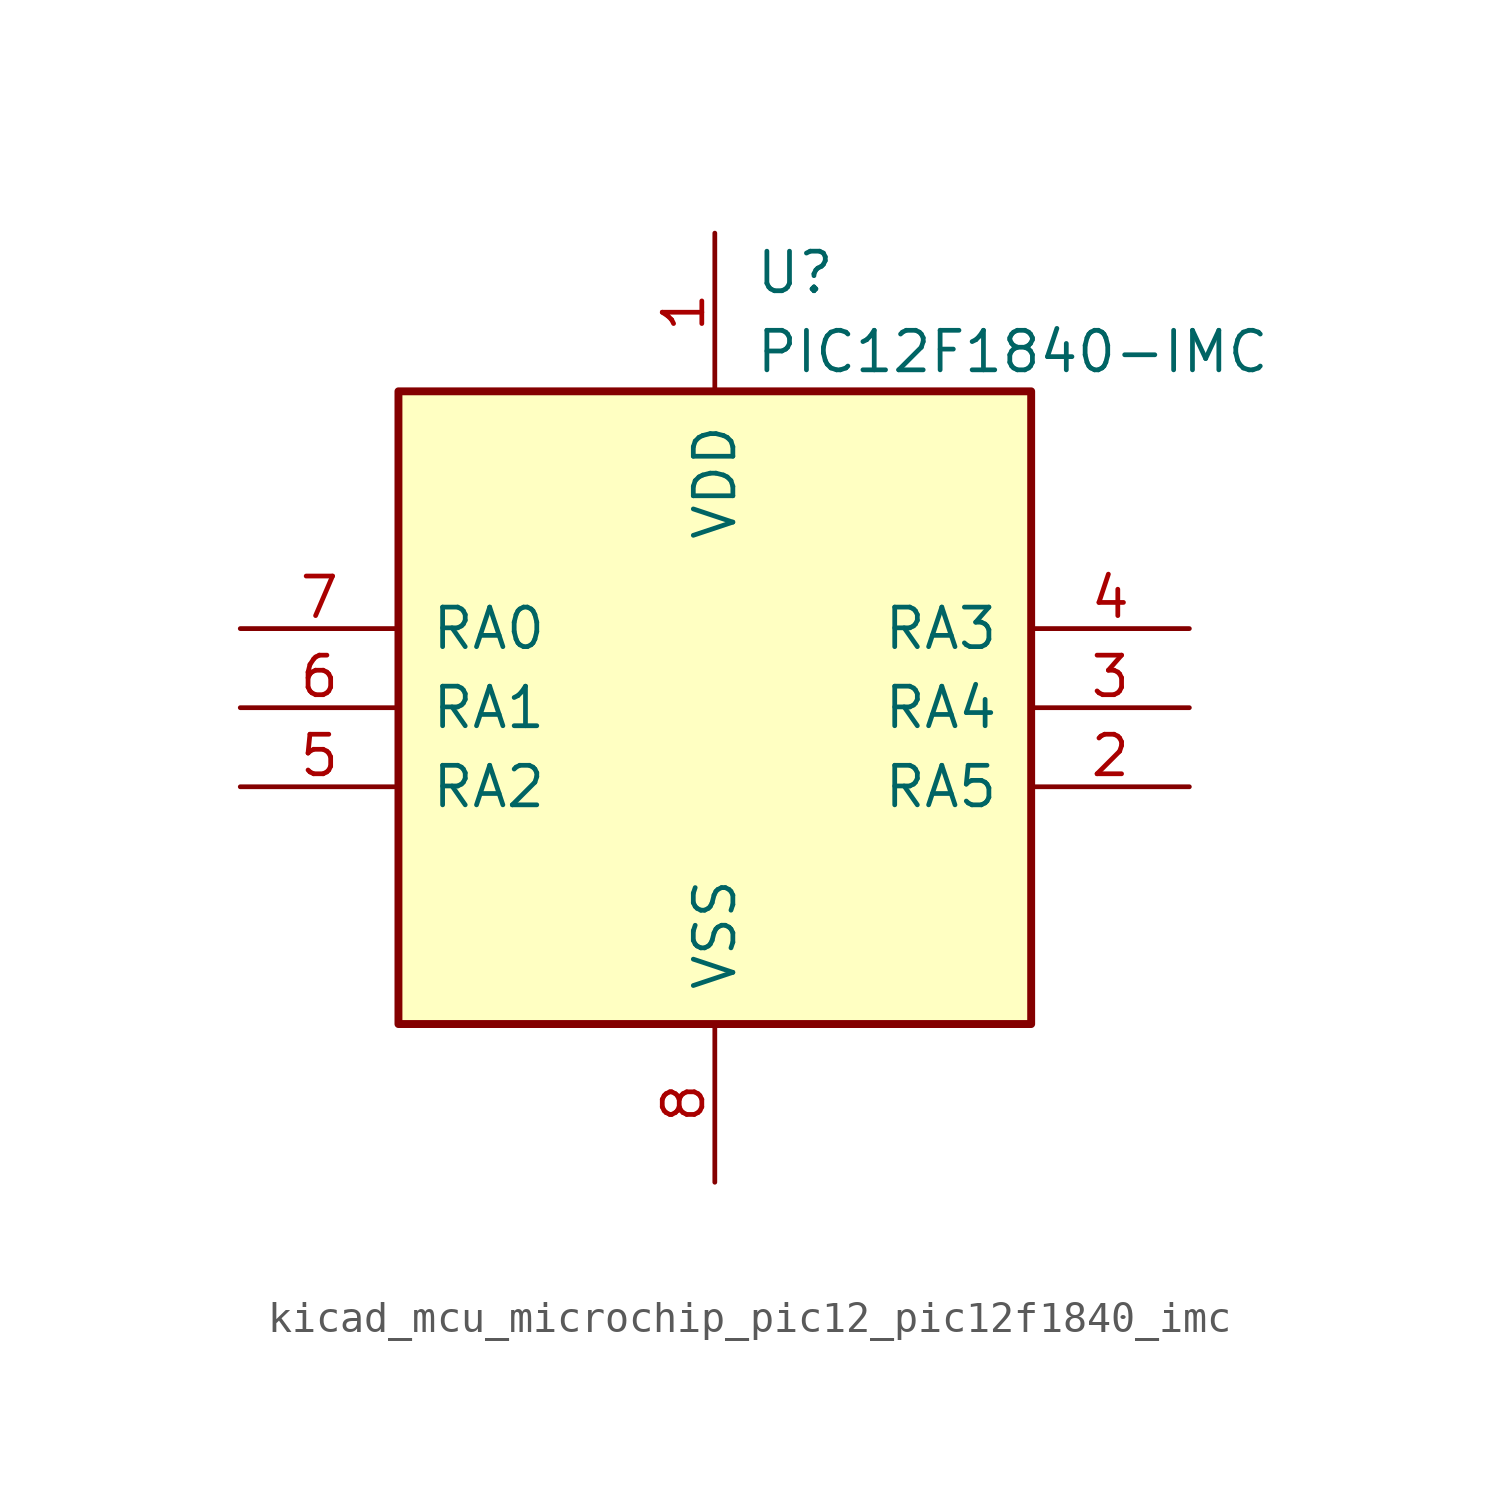
<source format=kicad_sym>
(kicad_symbol_lib
  (version 20220914)
  (generator kicad_symbol_editor)
  (symbol "kicad_mcu_microchip_pic12_pic12f1840_imc"
    (pin_names
      (offset 1.016))
    (property "Reference" "U"
      (at 1.27 13.97 0)
      (effects (font (size 1.27 1.27)) (justify left)))
    (property "Value" "PIC12F1840-IMC"
      (at 1.27 11.43 0)
      (effects (font (size 1.27 1.27)) (justify left)))
    (symbol "kicad_mcu_microchip_pic12_pic12f1840_imc_0_1"
      (rectangle (start 10.16 -10.16) (end -10.16 10.16) (stroke (width 0.254) (type default)) (fill (type background))))
    (symbol "kicad_mcu_microchip_pic12_pic12f1840_imc_1_1"
      (pin power_in line (at 0 15.24 270) (length 5.08) (name "VDD" (effects (font (size 1.27 1.27)))) (number "1" (effects (font (size 1.27 1.27)))))
      (pin bidirectional line (at 15.24 -2.54 180) (length 5.08) (name "RA5" (effects (font (size 1.27 1.27)))) (number "2" (effects (font (size 1.27 1.27)))))
      (pin bidirectional line (at 15.24 0 180) (length 5.08) (name "RA4" (effects (font (size 1.27 1.27)))) (number "3" (effects (font (size 1.27 1.27)))))
      (pin input line (at 15.24 2.54 180) (length 5.08) (name "RA3" (effects (font (size 1.27 1.27)))) (number "4" (effects (font (size 1.27 1.27)))))
      (pin bidirectional line (at -15.24 -2.54 0) (length 5.08) (name "RA2" (effects (font (size 1.27 1.27)))) (number "5" (effects (font (size 1.27 1.27)))))
      (pin bidirectional line (at -15.24 0 0) (length 5.08) (name "RA1" (effects (font (size 1.27 1.27)))) (number "6" (effects (font (size 1.27 1.27)))))
      (pin bidirectional line (at -15.24 2.54 0) (length 5.08) (name "RA0" (effects (font (size 1.27 1.27)))) (number "7" (effects (font (size 1.27 1.27)))))
      (pin power_in line (at 0 -15.24 90) (length 5.08) (name "VSS" (effects (font (size 1.27 1.27)))) (number "8" (effects (font (size 1.27 1.27))))))))
</source>
